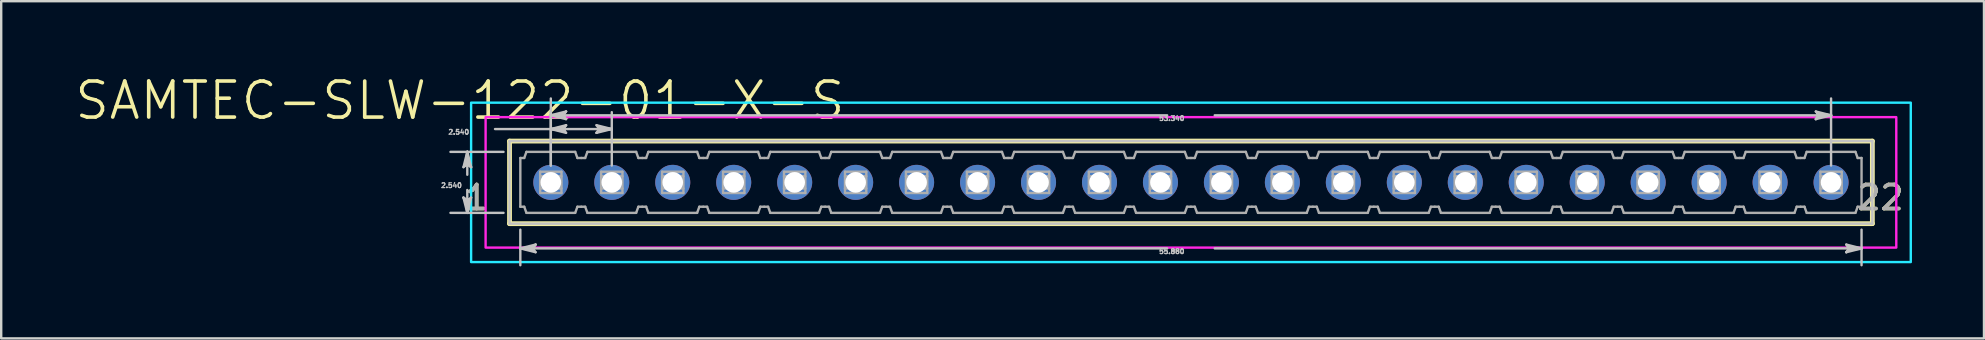
<source format=kicad_pcb>
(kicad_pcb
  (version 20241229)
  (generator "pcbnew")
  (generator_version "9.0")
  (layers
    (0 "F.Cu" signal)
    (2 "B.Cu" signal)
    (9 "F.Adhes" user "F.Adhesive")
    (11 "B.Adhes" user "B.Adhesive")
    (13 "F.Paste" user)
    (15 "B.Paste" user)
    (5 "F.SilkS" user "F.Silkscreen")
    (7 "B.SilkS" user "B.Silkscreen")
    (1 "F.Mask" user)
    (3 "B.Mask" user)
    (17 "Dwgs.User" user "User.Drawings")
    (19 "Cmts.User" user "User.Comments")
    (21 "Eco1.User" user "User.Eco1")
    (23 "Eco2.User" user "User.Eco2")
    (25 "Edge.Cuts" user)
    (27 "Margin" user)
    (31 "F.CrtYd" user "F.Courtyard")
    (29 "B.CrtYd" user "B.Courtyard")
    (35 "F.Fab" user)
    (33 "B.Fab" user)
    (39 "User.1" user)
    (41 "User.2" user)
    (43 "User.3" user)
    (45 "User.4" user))
  (footprint "SAMTEC-SLW-122-01-X-S"
    (layer "F.Cu")
    (at 46.569 4.548)
    (property "Reference" "SAMTEC-SLW-122-01-X-S" (at -30.459 -3.408 0) (layer "F.SilkS") (effects (font (size 1.5 1.5) (thickness 0.15))))
    (attr through_hole)
    (fp_circle (center -26.67 0) (end -25.889 0) (stroke (width 0) (type solid)) (fill yes) (layer "F.Mask"))
    (fp_circle (center -24.13 0) (end -23.349 0) (stroke (width 0) (type solid)) (fill yes) (layer "F.Mask"))
    (fp_circle (center -21.59 0) (end -20.809 0) (stroke (width 0) (type solid)) (fill yes) (layer "F.Mask"))
    (fp_circle (center -19.05 0) (end -18.269 0) (stroke (width 0) (type solid)) (fill yes) (layer "F.Mask"))
    (fp_circle (center -16.51 0) (end -15.729 0) (stroke (width 0) (type solid)) (fill yes) (layer "F.Mask"))
    (fp_circle (center -13.97 0) (end -13.189 0) (stroke (width 0) (type solid)) (fill yes) (layer "F.Mask"))
    (fp_circle (center -11.43 0) (end -10.649 0) (stroke (width 0) (type solid)) (fill yes) (layer "F.Mask"))
    (fp_circle (center -8.89 0) (end -8.109 0) (stroke (width 0) (type solid)) (fill yes) (layer "F.Mask"))
    (fp_circle (center -6.35 0) (end -5.569 0) (stroke (width 0) (type solid)) (fill yes) (layer "F.Mask"))
    (fp_circle (center -3.81 0) (end -3.029 0) (stroke (width 0) (type solid)) (fill yes) (layer "F.Mask"))
    (fp_circle (center -1.27 0) (end -0.489 0) (stroke (width 0) (type solid)) (fill yes) (layer "F.Mask"))
    (fp_circle (center 1.27 0) (end 2.051 0) (stroke (width 0) (type solid)) (fill yes) (layer "F.Mask"))
    (fp_circle (center 3.81 0) (end 4.591 0) (stroke (width 0) (type solid)) (fill yes) (layer "F.Mask"))
    (fp_circle (center 6.35 0) (end 7.131 0) (stroke (width 0) (type solid)) (fill yes) (layer "F.Mask"))
    (fp_circle (center 8.89 0) (end 9.671 0) (stroke (width 0) (type solid)) (fill yes) (layer "F.Mask"))
    (fp_circle (center 11.43 0) (end 12.211 0) (stroke (width 0) (type solid)) (fill yes) (layer "F.Mask"))
    (fp_circle (center 13.97 0) (end 14.751 0) (stroke (width 0) (type solid)) (fill yes) (layer "F.Mask"))
    (fp_circle (center 16.51 0) (end 17.291 0) (stroke (width 0) (type solid)) (fill yes) (layer "F.Mask"))
    (fp_circle (center 19.05 0) (end 19.831 0) (stroke (width 0) (type solid)) (fill yes) (layer "F.Mask"))
    (fp_circle (center 21.59 0) (end 22.371 0) (stroke (width 0) (type solid)) (fill yes) (layer "F.Mask"))
    (fp_circle (center 24.13 0) (end 24.911 0) (stroke (width 0) (type solid)) (fill yes) (layer "F.Mask"))
    (fp_circle (center 26.67 0) (end 27.451 0) (stroke (width 0) (type solid)) (fill yes) (layer "F.Mask"))
    (fp_circle (center -26.67 0) (end -25.889 0) (stroke (width 0) (type solid)) (fill yes) (layer "B.Mask"))
    (fp_circle (center -24.13 0) (end -23.349 0) (stroke (width 0) (type solid)) (fill yes) (layer "B.Mask"))
    (fp_circle (center -21.59 0) (end -20.809 0) (stroke (width 0) (type solid)) (fill yes) (layer "B.Mask"))
    (fp_circle (center -19.05 0) (end -18.269 0) (stroke (width 0) (type solid)) (fill yes) (layer "B.Mask"))
    (fp_circle (center -16.51 0) (end -15.729 0) (stroke (width 0) (type solid)) (fill yes) (layer "B.Mask"))
    (fp_circle (center -13.97 0) (end -13.189 0) (stroke (width 0) (type solid)) (fill yes) (layer "B.Mask"))
    (fp_circle (center -11.43 0) (end -10.649 0) (stroke (width 0) (type solid)) (fill yes) (layer "B.Mask"))
    (fp_circle (center -8.89 0) (end -8.109 0) (stroke (width 0) (type solid)) (fill yes) (layer "B.Mask"))
    (fp_circle (center -6.35 0) (end -5.569 0) (stroke (width 0) (type solid)) (fill yes) (layer "B.Mask"))
    (fp_circle (center -3.81 0) (end -3.029 0) (stroke (width 0) (type solid)) (fill yes) (layer "B.Mask"))
    (fp_circle (center -1.27 0) (end -0.489 0) (stroke (width 0) (type solid)) (fill yes) (layer "B.Mask"))
    (fp_circle (center 1.27 0) (end 2.051 0) (stroke (width 0) (type solid)) (fill yes) (layer "B.Mask"))
    (fp_circle (center 3.81 0) (end 4.591 0) (stroke (width 0) (type solid)) (fill yes) (layer "B.Mask"))
    (fp_circle (center 6.35 0) (end 7.131 0) (stroke (width 0) (type solid)) (fill yes) (layer "B.Mask"))
    (fp_circle (center 8.89 0) (end 9.671 0) (stroke (width 0) (type solid)) (fill yes) (layer "B.Mask"))
    (fp_circle (center 11.43 0) (end 12.211 0) (stroke (width 0) (type solid)) (fill yes) (layer "B.Mask"))
    (fp_circle (center 13.97 0) (end 14.751 0) (stroke (width 0) (type solid)) (fill yes) (layer "B.Mask"))
    (fp_circle (center 16.51 0) (end 17.291 0) (stroke (width 0) (type solid)) (fill yes) (layer "B.Mask"))
    (fp_circle (center 19.05 0) (end 19.831 0) (stroke (width 0) (type solid)) (fill yes) (layer "B.Mask"))
    (fp_circle (center 21.59 0) (end 22.371 0) (stroke (width 0) (type solid)) (fill yes) (layer "B.Mask"))
    (fp_circle (center 24.13 0) (end 24.911 0) (stroke (width 0) (type solid)) (fill yes) (layer "B.Mask"))
    (fp_circle (center 26.67 0) (end 27.451 0) (stroke (width 0) (type solid)) (fill yes) (layer "B.Mask"))
    (fp_line (start -28.39 -1.72) (end -28.39 1.72) (stroke (width 0.2) (type solid)) (layer "F.SilkS"))
    (fp_line (start -28.39 1.72) (end 28.39 1.72) (stroke (width 0.2) (type solid)) (layer "F.SilkS"))
    (fp_line (start 28.39 -1.72) (end -28.39 -1.72) (stroke (width 0.2) (type solid)) (layer "F.SilkS"))
    (fp_line (start 28.39 1.72) (end 28.39 -1.72) (stroke (width 0.2) (type solid)) (layer "F.SilkS"))
    (fp_line (start -30.309 -0.635) (end -30.15 -0.762) (stroke (width 0.1) (type solid)) (layer "Dwgs.User"))
    (fp_line (start -30.309 0.635) (end -30.15 1.27) (stroke (width 0.1) (type solid)) (layer "Dwgs.User"))
    (fp_line (start -30.229 -0.698) (end -30.15 -0.762) (stroke (width 0.1) (type solid)) (layer "Dwgs.User"))
    (fp_line (start -30.229 0.698) (end -30.309 0.635) (stroke (width 0.1) (type solid)) (layer "Dwgs.User"))
    (fp_line (start -30.15 -1.27) (end -30.309 -0.635) (stroke (width 0.1) (type solid)) (layer "Dwgs.User"))
    (fp_line (start -30.15 -1.27) (end -30.229 -0.698) (stroke (width 0.1) (type solid)) (layer "Dwgs.User"))
    (fp_line (start -30.15 -1.27) (end -30.07 -0.698) (stroke (width 0.1) (type solid)) (layer "Dwgs.User"))
    (fp_line (start -30.15 -0.762) (end -30.15 -1.27) (stroke (width 0.1) (type solid)) (layer "Dwgs.User"))
    (fp_line (start -30.15 -0.762) (end -29.991 -0.635) (stroke (width 0.1) (type solid)) (layer "Dwgs.User"))
    (fp_line (start -30.15 -0.318) (end -30.15 -1.27) (stroke (width 0.1) (type solid)) (layer "Dwgs.User"))
    (fp_line (start -30.15 0.318) (end -30.15 1.27) (stroke (width 0.1) (type solid)) (layer "Dwgs.User"))
    (fp_line (start -30.15 0.762) (end -30.309 0.635) (stroke (width 0.1) (type solid)) (layer "Dwgs.User"))
    (fp_line (start -30.15 0.762) (end -30.15 1.27) (stroke (width 0.1) (type solid)) (layer "Dwgs.User"))
    (fp_line (start -30.15 1.27) (end -30.229 0.698) (stroke (width 0.1) (type solid)) (layer "Dwgs.User"))
    (fp_line (start -30.15 1.27) (end -30.07 0.698) (stroke (width 0.1) (type solid)) (layer "Dwgs.User"))
    (fp_line (start -30.15 1.27) (end -29.991 0.635) (stroke (width 0.1) (type solid)) (layer "Dwgs.User"))
    (fp_line (start -30.07 -0.698) (end -29.991 -0.635) (stroke (width 0.1) (type solid)) (layer "Dwgs.User"))
    (fp_line (start -30.07 0.698) (end -30.15 0.762) (stroke (width 0.1) (type solid)) (layer "Dwgs.User"))
    (fp_line (start -29.991 -0.635) (end -30.15 -1.27) (stroke (width 0.1) (type solid)) (layer "Dwgs.User"))
    (fp_line (start -29.991 0.635) (end -30.15 0.762) (stroke (width 0.1) (type solid)) (layer "Dwgs.User"))
    (fp_line (start -28.994 -2.222) (end -26.67 -2.222) (stroke (width 0.1) (type solid)) (layer "Dwgs.User"))
    (fp_line (start -28.641 -1.27) (end -30.851 -1.27) (stroke (width 0.1) (type solid)) (layer "Dwgs.User"))
    (fp_line (start -28.641 1.27) (end -30.851 1.27) (stroke (width 0.1) (type solid)) (layer "Dwgs.User"))
    (fp_line (start -28.39 -1.72) (end -28.39 1.72) (stroke (width 0.1) (type solid)) (layer "Dwgs.User"))
    (fp_line (start -28.39 1.72) (end 28.39 1.72) (stroke (width 0.1) (type solid)) (layer "Dwgs.User"))
    (fp_line (start -27.94 1.971) (end -27.94 3.452) (stroke (width 0.1) (type solid)) (layer "Dwgs.User"))
    (fp_line (start -27.94 2.751) (end -27.368 2.671) (stroke (width 0.1) (type solid)) (layer "Dwgs.User"))
    (fp_line (start -27.94 2.751) (end -27.368 2.83) (stroke (width 0.1) (type solid)) (layer "Dwgs.User"))
    (fp_line (start -27.94 2.751) (end -27.305 2.91) (stroke (width 0.1) (type solid)) (layer "Dwgs.User"))
    (fp_line (start -27.432 2.751) (end -27.94 2.751) (stroke (width 0.1) (type solid)) (layer "Dwgs.User"))
    (fp_line (start -27.432 2.751) (end -27.305 2.592) (stroke (width 0.1) (type solid)) (layer "Dwgs.User"))
    (fp_line (start -27.368 2.671) (end -27.305 2.592) (stroke (width 0.1) (type solid)) (layer "Dwgs.User"))
    (fp_line (start -27.368 2.83) (end -27.432 2.751) (stroke (width 0.1) (type solid)) (layer "Dwgs.User"))
    (fp_line (start -27.305 2.592) (end -27.94 2.751) (stroke (width 0.1) (type solid)) (layer "Dwgs.User"))
    (fp_line (start -27.305 2.91) (end -27.432 2.751) (stroke (width 0.1) (type solid)) (layer "Dwgs.User"))
    (fp_line (start -26.67 -2.794) (end -26.098 -2.873) (stroke (width 0.1) (type solid)) (layer "Dwgs.User"))
    (fp_line (start -26.67 -2.794) (end -26.098 -2.715) (stroke (width 0.1) (type solid)) (layer "Dwgs.User"))
    (fp_line (start -26.67 -2.794) (end -26.035 -2.635) (stroke (width 0.1) (type solid)) (layer "Dwgs.User"))
    (fp_line (start -26.67 -2.222) (end -26.098 -2.302) (stroke (width 0.1) (type solid)) (layer "Dwgs.User"))
    (fp_line (start -26.67 -2.222) (end -26.098 -2.143) (stroke (width 0.1) (type solid)) (layer "Dwgs.User"))
    (fp_line (start -26.67 -2.222) (end -26.035 -2.064) (stroke (width 0.1) (type solid)) (layer "Dwgs.User"))
    (fp_line (start -26.67 -2.222) (end -24.13 -2.222) (stroke (width 0.1) (type solid)) (layer "Dwgs.User"))
    (fp_line (start -26.67 -0.701) (end -26.67 -3.495) (stroke (width 0.1) (type solid)) (layer "Dwgs.User"))
    (fp_line (start -26.67 -0.701) (end -26.67 -2.924) (stroke (width 0.1) (type solid)) (layer "Dwgs.User"))
    (fp_line (start -26.162 -2.794) (end -26.67 -2.794) (stroke (width 0.1) (type solid)) (layer "Dwgs.User"))
    (fp_line (start -26.162 -2.794) (end -26.035 -2.953) (stroke (width 0.1) (type solid)) (layer "Dwgs.User"))
    (fp_line (start -26.162 -2.222) (end -26.67 -2.222) (stroke (width 0.1) (type solid)) (layer "Dwgs.User"))
    (fp_line (start -26.162 -2.222) (end -26.035 -2.381) (stroke (width 0.1) (type solid)) (layer "Dwgs.User"))
    (fp_line (start -26.098 -2.873) (end -26.035 -2.953) (stroke (width 0.1) (type solid)) (layer "Dwgs.User"))
    (fp_line (start -26.098 -2.715) (end -26.162 -2.794) (stroke (width 0.1) (type solid)) (layer "Dwgs.User"))
    (fp_line (start -26.098 -2.302) (end -26.035 -2.381) (stroke (width 0.1) (type solid)) (layer "Dwgs.User"))
    (fp_line (start -26.098 -2.143) (end -26.162 -2.222) (stroke (width 0.1) (type solid)) (layer "Dwgs.User"))
    (fp_line (start -26.035 -2.953) (end -26.67 -2.794) (stroke (width 0.1) (type solid)) (layer "Dwgs.User"))
    (fp_line (start -26.035 -2.635) (end -26.162 -2.794) (stroke (width 0.1) (type solid)) (layer "Dwgs.User"))
    (fp_line (start -26.035 -2.381) (end -26.67 -2.222) (stroke (width 0.1) (type solid)) (layer "Dwgs.User"))
    (fp_line (start -26.035 -2.064) (end -26.162 -2.222) (stroke (width 0.1) (type solid)) (layer "Dwgs.User"))
    (fp_line (start -24.765 -2.381) (end -24.638 -2.222) (stroke (width 0.1) (type solid)) (layer "Dwgs.User"))
    (fp_line (start -24.765 -2.064) (end -24.13 -2.222) (stroke (width 0.1) (type solid)) (layer "Dwgs.User"))
    (fp_line (start -24.702 -2.302) (end -24.638 -2.222) (stroke (width 0.1) (type solid)) (layer "Dwgs.User"))
    (fp_line (start -24.702 -2.143) (end -24.765 -2.064) (stroke (width 0.1) (type solid)) (layer "Dwgs.User"))
    (fp_line (start -24.638 -2.222) (end -24.765 -2.064) (stroke (width 0.1) (type solid)) (layer "Dwgs.User"))
    (fp_line (start -24.638 -2.222) (end -24.13 -2.222) (stroke (width 0.1) (type solid)) (layer "Dwgs.User"))
    (fp_line (start -24.13 -2.222) (end -24.765 -2.381) (stroke (width 0.1) (type solid)) (layer "Dwgs.User"))
    (fp_line (start -24.13 -2.222) (end -24.702 -2.302) (stroke (width 0.1) (type solid)) (layer "Dwgs.User"))
    (fp_line (start -24.13 -2.222) (end -24.702 -2.143) (stroke (width 0.1) (type solid)) (layer "Dwgs.User"))
    (fp_line (start -24.13 -0.701) (end -24.13 -2.924) (stroke (width 0.1) (type solid)) (layer "Dwgs.User"))
    (fp_line (start -0.991 -2.794) (end -26.67 -2.794) (stroke (width 0.1) (type solid)) (layer "Dwgs.User"))
    (fp_line (start -0.991 2.751) (end -27.94 2.751) (stroke (width 0.1) (type solid)) (layer "Dwgs.User"))
    (fp_line (start 0.991 -2.794) (end 26.67 -2.794) (stroke (width 0.1) (type solid)) (layer "Dwgs.User"))
    (fp_line (start 0.991 2.751) (end 27.94 2.751) (stroke (width 0.1) (type solid)) (layer "Dwgs.User"))
    (fp_line (start 26.035 -2.953) (end 26.162 -2.794) (stroke (width 0.1) (type solid)) (layer "Dwgs.User"))
    (fp_line (start 26.035 -2.635) (end 26.67 -2.794) (stroke (width 0.1) (type solid)) (layer "Dwgs.User"))
    (fp_line (start 26.098 -2.873) (end 26.162 -2.794) (stroke (width 0.1) (type solid)) (layer "Dwgs.User"))
    (fp_line (start 26.098 -2.715) (end 26.035 -2.635) (stroke (width 0.1) (type solid)) (layer "Dwgs.User"))
    (fp_line (start 26.162 -2.794) (end 26.035 -2.635) (stroke (width 0.1) (type solid)) (layer "Dwgs.User"))
    (fp_line (start 26.162 -2.794) (end 26.67 -2.794) (stroke (width 0.1) (type solid)) (layer "Dwgs.User"))
    (fp_line (start 26.67 -2.794) (end 26.035 -2.953) (stroke (width 0.1) (type solid)) (layer "Dwgs.User"))
    (fp_line (start 26.67 -2.794) (end 26.098 -2.873) (stroke (width 0.1) (type solid)) (layer "Dwgs.User"))
    (fp_line (start 26.67 -2.794) (end 26.098 -2.715) (stroke (width 0.1) (type solid)) (layer "Dwgs.User"))
    (fp_line (start 26.67 -0.701) (end 26.67 -3.495) (stroke (width 0.1) (type solid)) (layer "Dwgs.User"))
    (fp_line (start 27.305 2.592) (end 27.432 2.751) (stroke (width 0.1) (type solid)) (layer "Dwgs.User"))
    (fp_line (start 27.305 2.91) (end 27.94 2.751) (stroke (width 0.1) (type solid)) (layer "Dwgs.User"))
    (fp_line (start 27.368 2.671) (end 27.432 2.751) (stroke (width 0.1) (type solid)) (layer "Dwgs.User"))
    (fp_line (start 27.368 2.83) (end 27.305 2.91) (stroke (width 0.1) (type solid)) (layer "Dwgs.User"))
    (fp_line (start 27.432 2.751) (end 27.305 2.91) (stroke (width 0.1) (type solid)) (layer "Dwgs.User"))
    (fp_line (start 27.432 2.751) (end 27.94 2.751) (stroke (width 0.1) (type solid)) (layer "Dwgs.User"))
    (fp_line (start 27.94 1.971) (end 27.94 3.452) (stroke (width 0.1) (type solid)) (layer "Dwgs.User"))
    (fp_line (start 27.94 2.751) (end 27.305 2.592) (stroke (width 0.1) (type solid)) (layer "Dwgs.User"))
    (fp_line (start 27.94 2.751) (end 27.368 2.671) (stroke (width 0.1) (type solid)) (layer "Dwgs.User"))
    (fp_line (start 27.94 2.751) (end 27.368 2.83) (stroke (width 0.1) (type solid)) (layer "Dwgs.User"))
    (fp_line (start 28.39 -1.72) (end -28.39 -1.72) (stroke (width 0.1) (type solid)) (layer "Dwgs.User"))
    (fp_line (start 28.39 1.72) (end 28.39 -1.72) (stroke (width 0.1) (type solid)) (layer "Dwgs.User"))
    (fp_poly (pts (xy -29.991 3.321) (xy -29.991 -3.321) (xy 29.991 -3.321) (xy 29.991 3.321) (xy -29.991 3.321)) (stroke (width 0.1) (type solid)) (fill no) (layer "B.CrtYd"))
    (fp_poly (pts (xy 29.387 -2.717) (xy -29.387 -2.717) (xy -29.387 2.717) (xy 29.387 2.717) (xy 29.387 -2.717)) (stroke (width 0.1) (type solid)) (fill no) (layer "F.CrtYd"))
    (fp_line (start -27.94 -1.016) (end -27.94 1.016) (stroke (width 0.1) (type solid)) (layer "F.Fab"))
    (fp_line (start -27.94 1.016) (end -27.778 1.016) (stroke (width 0.1) (type solid)) (layer "F.Fab"))
    (fp_line (start -27.778 -1.016) (end -27.94 -1.016) (stroke (width 0.1) (type solid)) (layer "F.Fab"))
    (fp_line (start -27.778 1.016) (end -27.686 1.27) (stroke (width 0.1) (type solid)) (layer "F.Fab"))
    (fp_line (start -27.686 -1.27) (end -27.778 -1.016) (stroke (width 0.1) (type solid)) (layer "F.Fab"))
    (fp_line (start -27.686 1.27) (end -25.654 1.27) (stroke (width 0.1) (type solid)) (layer "F.Fab"))
    (fp_line (start -27.114 -0.444) (end -27.114 0.444) (stroke (width 0.1) (type solid)) (layer "F.Fab"))
    (fp_line (start -27.114 -0.254) (end -26.226 -0.254) (stroke (width 0.1) (type solid)) (layer "F.Fab"))
    (fp_line (start -27.114 0.444) (end -26.226 0.444) (stroke (width 0.1) (type solid)) (layer "F.Fab"))
    (fp_line (start -26.226 -0.444) (end -27.114 -0.444) (stroke (width 0.1) (type solid)) (layer "F.Fab"))
    (fp_line (start -26.226 0.254) (end -27.114 0.254) (stroke (width 0.1) (type solid)) (layer "F.Fab"))
    (fp_line (start -26.226 0.444) (end -26.226 -0.444) (stroke (width 0.1) (type solid)) (layer "F.Fab"))
    (fp_line (start -25.654 -1.27) (end -27.686 -1.27) (stroke (width 0.1) (type solid)) (layer "F.Fab"))
    (fp_line (start -25.654 1.27) (end -25.562 1.016) (stroke (width 0.1) (type solid)) (layer "F.Fab"))
    (fp_line (start -25.562 -1.016) (end -25.654 -1.27) (stroke (width 0.1) (type solid)) (layer "F.Fab"))
    (fp_line (start -25.562 1.016) (end -25.4 1.016) (stroke (width 0.1) (type solid)) (layer "F.Fab"))
    (fp_line (start -25.4 -1.016) (end -25.562 -1.016) (stroke (width 0.1) (type solid)) (layer "F.Fab"))
    (fp_line (start -25.4 1.016) (end -25.238 1.016) (stroke (width 0.1) (type solid)) (layer "F.Fab"))
    (fp_line (start -25.238 -1.016) (end -25.4 -1.016) (stroke (width 0.1) (type solid)) (layer "F.Fab"))
    (fp_line (start -25.238 1.016) (end -25.146 1.27) (stroke (width 0.1) (type solid)) (layer "F.Fab"))
    (fp_line (start -25.146 -1.27) (end -25.238 -1.016) (stroke (width 0.1) (type solid)) (layer "F.Fab"))
    (fp_line (start -25.146 1.27) (end -23.114 1.27) (stroke (width 0.1) (type solid)) (layer "F.Fab"))
    (fp_line (start -24.574 -0.444) (end -24.574 0.444) (stroke (width 0.1) (type solid)) (layer "F.Fab"))
    (fp_line (start -24.574 -0.254) (end -23.686 -0.254) (stroke (width 0.1) (type solid)) (layer "F.Fab"))
    (fp_line (start -24.574 0.444) (end -23.686 0.444) (stroke (width 0.1) (type solid)) (layer "F.Fab"))
    (fp_line (start -23.686 -0.444) (end -24.574 -0.444) (stroke (width 0.1) (type solid)) (layer "F.Fab"))
    (fp_line (start -23.686 0.254) (end -24.574 0.254) (stroke (width 0.1) (type solid)) (layer "F.Fab"))
    (fp_line (start -23.686 0.444) (end -23.686 -0.444) (stroke (width 0.1) (type solid)) (layer "F.Fab"))
    (fp_line (start -23.114 -1.27) (end -25.146 -1.27) (stroke (width 0.1) (type solid)) (layer "F.Fab"))
    (fp_line (start -23.114 1.27) (end -23.022 1.016) (stroke (width 0.1) (type solid)) (layer "F.Fab"))
    (fp_line (start -23.022 -1.016) (end -23.114 -1.27) (stroke (width 0.1) (type solid)) (layer "F.Fab"))
    (fp_line (start -23.022 1.016) (end -22.86 1.016) (stroke (width 0.1) (type solid)) (layer "F.Fab"))
    (fp_line (start -22.86 -1.016) (end -23.022 -1.016) (stroke (width 0.1) (type solid)) (layer "F.Fab"))
    (fp_line (start -22.86 1.016) (end -22.698 1.016) (stroke (width 0.1) (type solid)) (layer "F.Fab"))
    (fp_line (start -22.698 -1.016) (end -22.86 -1.016) (stroke (width 0.1) (type solid)) (layer "F.Fab"))
    (fp_line (start -22.698 1.016) (end -22.606 1.27) (stroke (width 0.1) (type solid)) (layer "F.Fab"))
    (fp_line (start -22.606 -1.27) (end -22.698 -1.016) (stroke (width 0.1) (type solid)) (layer "F.Fab"))
    (fp_line (start -22.606 1.27) (end -20.574 1.27) (stroke (width 0.1) (type solid)) (layer "F.Fab"))
    (fp_line (start -22.034 -0.444) (end -22.034 0.444) (stroke (width 0.1) (type solid)) (layer "F.Fab"))
    (fp_line (start -22.034 -0.254) (end -21.146 -0.254) (stroke (width 0.1) (type solid)) (layer "F.Fab"))
    (fp_line (start -22.034 0.444) (end -21.146 0.444) (stroke (width 0.1) (type solid)) (layer "F.Fab"))
    (fp_line (start -21.146 -0.444) (end -22.034 -0.444) (stroke (width 0.1) (type solid)) (layer "F.Fab"))
    (fp_line (start -21.146 0.254) (end -22.034 0.254) (stroke (width 0.1) (type solid)) (layer "F.Fab"))
    (fp_line (start -21.146 0.444) (end -21.146 -0.444) (stroke (width 0.1) (type solid)) (layer "F.Fab"))
    (fp_line (start -20.574 -1.27) (end -22.606 -1.27) (stroke (width 0.1) (type solid)) (layer "F.Fab"))
    (fp_line (start -20.574 1.27) (end -20.482 1.016) (stroke (width 0.1) (type solid)) (layer "F.Fab"))
    (fp_line (start -20.482 -1.016) (end -20.574 -1.27) (stroke (width 0.1) (type solid)) (layer "F.Fab"))
    (fp_line (start -20.482 1.016) (end -20.32 1.016) (stroke (width 0.1) (type solid)) (layer "F.Fab"))
    (fp_line (start -20.32 -1.016) (end -20.482 -1.016) (stroke (width 0.1) (type solid)) (layer "F.Fab"))
    (fp_line (start -20.32 1.016) (end -20.158 1.016) (stroke (width 0.1) (type solid)) (layer "F.Fab"))
    (fp_line (start -20.158 -1.016) (end -20.32 -1.016) (stroke (width 0.1) (type solid)) (layer "F.Fab"))
    (fp_line (start -20.158 1.016) (end -20.066 1.27) (stroke (width 0.1) (type solid)) (layer "F.Fab"))
    (fp_line (start -20.066 -1.27) (end -20.158 -1.016) (stroke (width 0.1) (type solid)) (layer "F.Fab"))
    (fp_line (start -20.066 1.27) (end -18.034 1.27) (stroke (width 0.1) (type solid)) (layer "F.Fab"))
    (fp_line (start -19.494 -0.444) (end -19.494 0.444) (stroke (width 0.1) (type solid)) (layer "F.Fab"))
    (fp_line (start -19.494 -0.254) (end -18.606 -0.254) (stroke (width 0.1) (type solid)) (layer "F.Fab"))
    (fp_line (start -19.494 0.444) (end -18.606 0.444) (stroke (width 0.1) (type solid)) (layer "F.Fab"))
    (fp_line (start -18.606 -0.444) (end -19.494 -0.444) (stroke (width 0.1) (type solid)) (layer "F.Fab"))
    (fp_line (start -18.606 0.254) (end -19.494 0.254) (stroke (width 0.1) (type solid)) (layer "F.Fab"))
    (fp_line (start -18.606 0.444) (end -18.606 -0.444) (stroke (width 0.1) (type solid)) (layer "F.Fab"))
    (fp_line (start -18.034 -1.27) (end -20.066 -1.27) (stroke (width 0.1) (type solid)) (layer "F.Fab"))
    (fp_line (start -18.034 1.27) (end -17.942 1.016) (stroke (width 0.1) (type solid)) (layer "F.Fab"))
    (fp_line (start -17.942 -1.016) (end -18.034 -1.27) (stroke (width 0.1) (type solid)) (layer "F.Fab"))
    (fp_line (start -17.942 1.016) (end -17.78 1.016) (stroke (width 0.1) (type solid)) (layer "F.Fab"))
    (fp_line (start -17.78 -1.016) (end -17.942 -1.016) (stroke (width 0.1) (type solid)) (layer "F.Fab"))
    (fp_line (start -17.78 1.016) (end -17.618 1.016) (stroke (width 0.1) (type solid)) (layer "F.Fab"))
    (fp_line (start -17.618 -1.016) (end -17.78 -1.016) (stroke (width 0.1) (type solid)) (layer "F.Fab"))
    (fp_line (start -17.618 1.016) (end -17.526 1.27) (stroke (width 0.1) (type solid)) (layer "F.Fab"))
    (fp_line (start -17.526 -1.27) (end -17.618 -1.016) (stroke (width 0.1) (type solid)) (layer "F.Fab"))
    (fp_line (start -17.526 1.27) (end -15.494 1.27) (stroke (width 0.1) (type solid)) (layer "F.Fab"))
    (fp_line (start -16.954 -0.444) (end -16.954 0.444) (stroke (width 0.1) (type solid)) (layer "F.Fab"))
    (fp_line (start -16.954 -0.254) (end -16.066 -0.254) (stroke (width 0.1) (type solid)) (layer "F.Fab"))
    (fp_line (start -16.954 0.444) (end -16.066 0.444) (stroke (width 0.1) (type solid)) (layer "F.Fab"))
    (fp_line (start -16.066 -0.444) (end -16.954 -0.444) (stroke (width 0.1) (type solid)) (layer "F.Fab"))
    (fp_line (start -16.066 0.254) (end -16.954 0.254) (stroke (width 0.1) (type solid)) (layer "F.Fab"))
    (fp_line (start -16.066 0.444) (end -16.066 -0.444) (stroke (width 0.1) (type solid)) (layer "F.Fab"))
    (fp_line (start -15.494 -1.27) (end -17.526 -1.27) (stroke (width 0.1) (type solid)) (layer "F.Fab"))
    (fp_line (start -15.494 1.27) (end -15.402 1.016) (stroke (width 0.1) (type solid)) (layer "F.Fab"))
    (fp_line (start -15.402 -1.016) (end -15.494 -1.27) (stroke (width 0.1) (type solid)) (layer "F.Fab"))
    (fp_line (start -15.402 1.016) (end -15.24 1.016) (stroke (width 0.1) (type solid)) (layer "F.Fab"))
    (fp_line (start -15.24 -1.016) (end -15.402 -1.016) (stroke (width 0.1) (type solid)) (layer "F.Fab"))
    (fp_line (start -15.24 1.016) (end -15.078 1.016) (stroke (width 0.1) (type solid)) (layer "F.Fab"))
    (fp_line (start -15.078 -1.016) (end -15.24 -1.016) (stroke (width 0.1) (type solid)) (layer "F.Fab"))
    (fp_line (start -15.078 1.016) (end -14.986 1.27) (stroke (width 0.1) (type solid)) (layer "F.Fab"))
    (fp_line (start -14.986 -1.27) (end -15.078 -1.016) (stroke (width 0.1) (type solid)) (layer "F.Fab"))
    (fp_line (start -14.986 1.27) (end -12.954 1.27) (stroke (width 0.1) (type solid)) (layer "F.Fab"))
    (fp_line (start -14.414 -0.444) (end -14.414 0.444) (stroke (width 0.1) (type solid)) (layer "F.Fab"))
    (fp_line (start -14.414 -0.254) (end -13.526 -0.254) (stroke (width 0.1) (type solid)) (layer "F.Fab"))
    (fp_line (start -14.414 0.444) (end -13.526 0.444) (stroke (width 0.1) (type solid)) (layer "F.Fab"))
    (fp_line (start -13.526 -0.444) (end -14.414 -0.444) (stroke (width 0.1) (type solid)) (layer "F.Fab"))
    (fp_line (start -13.526 0.254) (end -14.414 0.254) (stroke (width 0.1) (type solid)) (layer "F.Fab"))
    (fp_line (start -13.526 0.444) (end -13.526 -0.444) (stroke (width 0.1) (type solid)) (layer "F.Fab"))
    (fp_line (start -12.954 -1.27) (end -14.986 -1.27) (stroke (width 0.1) (type solid)) (layer "F.Fab"))
    (fp_line (start -12.954 1.27) (end -12.862 1.016) (stroke (width 0.1) (type solid)) (layer "F.Fab"))
    (fp_line (start -12.862 -1.016) (end -12.954 -1.27) (stroke (width 0.1) (type solid)) (layer "F.Fab"))
    (fp_line (start -12.862 1.016) (end -12.7 1.016) (stroke (width 0.1) (type solid)) (layer "F.Fab"))
    (fp_line (start -12.7 -1.016) (end -12.862 -1.016) (stroke (width 0.1) (type solid)) (layer "F.Fab"))
    (fp_line (start -12.7 1.016) (end -12.538 1.016) (stroke (width 0.1) (type solid)) (layer "F.Fab"))
    (fp_line (start -12.538 -1.016) (end -12.7 -1.016) (stroke (width 0.1) (type solid)) (layer "F.Fab"))
    (fp_line (start -12.538 1.016) (end -12.446 1.27) (stroke (width 0.1) (type solid)) (layer "F.Fab"))
    (fp_line (start -12.446 -1.27) (end -12.538 -1.016) (stroke (width 0.1) (type solid)) (layer "F.Fab"))
    (fp_line (start -12.446 1.27) (end -10.414 1.27) (stroke (width 0.1) (type solid)) (layer "F.Fab"))
    (fp_line (start -11.874 -0.444) (end -11.874 0.444) (stroke (width 0.1) (type solid)) (layer "F.Fab"))
    (fp_line (start -11.874 -0.254) (end -10.986 -0.254) (stroke (width 0.1) (type solid)) (layer "F.Fab"))
    (fp_line (start -11.874 0.444) (end -10.986 0.444) (stroke (width 0.1) (type solid)) (layer "F.Fab"))
    (fp_line (start -10.986 -0.444) (end -11.874 -0.444) (stroke (width 0.1) (type solid)) (layer "F.Fab"))
    (fp_line (start -10.986 0.254) (end -11.874 0.254) (stroke (width 0.1) (type solid)) (layer "F.Fab"))
    (fp_line (start -10.986 0.444) (end -10.986 -0.444) (stroke (width 0.1) (type solid)) (layer "F.Fab"))
    (fp_line (start -10.414 -1.27) (end -12.446 -1.27) (stroke (width 0.1) (type solid)) (layer "F.Fab"))
    (fp_line (start -10.414 1.27) (end -10.322 1.016) (stroke (width 0.1) (type solid)) (layer "F.Fab"))
    (fp_line (start -10.322 -1.016) (end -10.414 -1.27) (stroke (width 0.1) (type solid)) (layer "F.Fab"))
    (fp_line (start -10.322 1.016) (end -10.16 1.016) (stroke (width 0.1) (type solid)) (layer "F.Fab"))
    (fp_line (start -10.16 -1.016) (end -10.322 -1.016) (stroke (width 0.1) (type solid)) (layer "F.Fab"))
    (fp_line (start -10.16 1.016) (end -9.998 1.016) (stroke (width 0.1) (type solid)) (layer "F.Fab"))
    (fp_line (start -9.998 -1.016) (end -10.16 -1.016) (stroke (width 0.1) (type solid)) (layer "F.Fab"))
    (fp_line (start -9.998 1.016) (end -9.906 1.27) (stroke (width 0.1) (type solid)) (layer "F.Fab"))
    (fp_line (start -9.906 -1.27) (end -9.998 -1.016) (stroke (width 0.1) (type solid)) (layer "F.Fab"))
    (fp_line (start -9.906 1.27) (end -7.874 1.27) (stroke (width 0.1) (type solid)) (layer "F.Fab"))
    (fp_line (start -9.334 -0.444) (end -9.334 0.444) (stroke (width 0.1) (type solid)) (layer "F.Fab"))
    (fp_line (start -9.334 -0.254) (end -8.446 -0.254) (stroke (width 0.1) (type solid)) (layer "F.Fab"))
    (fp_line (start -9.334 0.444) (end -8.446 0.444) (stroke (width 0.1) (type solid)) (layer "F.Fab"))
    (fp_line (start -8.446 -0.444) (end -9.334 -0.444) (stroke (width 0.1) (type solid)) (layer "F.Fab"))
    (fp_line (start -8.446 0.254) (end -9.334 0.254) (stroke (width 0.1) (type solid)) (layer "F.Fab"))
    (fp_line (start -8.446 0.444) (end -8.446 -0.444) (stroke (width 0.1) (type solid)) (layer "F.Fab"))
    (fp_line (start -7.874 -1.27) (end -9.906 -1.27) (stroke (width 0.1) (type solid)) (layer "F.Fab"))
    (fp_line (start -7.874 1.27) (end -7.782 1.016) (stroke (width 0.1) (type solid)) (layer "F.Fab"))
    (fp_line (start -7.782 -1.016) (end -7.874 -1.27) (stroke (width 0.1) (type solid)) (layer "F.Fab"))
    (fp_line (start -7.782 1.016) (end -7.62 1.016) (stroke (width 0.1) (type solid)) (layer "F.Fab"))
    (fp_line (start -7.62 -1.016) (end -7.782 -1.016) (stroke (width 0.1) (type solid)) (layer "F.Fab"))
    (fp_line (start -7.62 1.016) (end -7.458 1.016) (stroke (width 0.1) (type solid)) (layer "F.Fab"))
    (fp_line (start -7.458 -1.016) (end -7.62 -1.016) (stroke (width 0.1) (type solid)) (layer "F.Fab"))
    (fp_line (start -7.458 1.016) (end -7.366 1.27) (stroke (width 0.1) (type solid)) (layer "F.Fab"))
    (fp_line (start -7.366 -1.27) (end -7.458 -1.016) (stroke (width 0.1) (type solid)) (layer "F.Fab"))
    (fp_line (start -7.366 1.27) (end -5.334 1.27) (stroke (width 0.1) (type solid)) (layer "F.Fab"))
    (fp_line (start -6.794 -0.444) (end -6.794 0.444) (stroke (width 0.1) (type solid)) (layer "F.Fab"))
    (fp_line (start -6.794 -0.254) (end -5.906 -0.254) (stroke (width 0.1) (type solid)) (layer "F.Fab"))
    (fp_line (start -6.794 0.444) (end -5.906 0.444) (stroke (width 0.1) (type solid)) (layer "F.Fab"))
    (fp_line (start -5.906 -0.444) (end -6.794 -0.444) (stroke (width 0.1) (type solid)) (layer "F.Fab"))
    (fp_line (start -5.906 0.254) (end -6.794 0.254) (stroke (width 0.1) (type solid)) (layer "F.Fab"))
    (fp_line (start -5.906 0.444) (end -5.906 -0.444) (stroke (width 0.1) (type solid)) (layer "F.Fab"))
    (fp_line (start -5.334 -1.27) (end -7.366 -1.27) (stroke (width 0.1) (type solid)) (layer "F.Fab"))
    (fp_line (start -5.334 1.27) (end -5.242 1.016) (stroke (width 0.1) (type solid)) (layer "F.Fab"))
    (fp_line (start -5.242 -1.016) (end -5.334 -1.27) (stroke (width 0.1) (type solid)) (layer "F.Fab"))
    (fp_line (start -5.242 1.016) (end -5.08 1.016) (stroke (width 0.1) (type solid)) (layer "F.Fab"))
    (fp_line (start -5.08 -1.016) (end -5.242 -1.016) (stroke (width 0.1) (type solid)) (layer "F.Fab"))
    (fp_line (start -5.08 1.016) (end -4.918 1.016) (stroke (width 0.1) (type solid)) (layer "F.Fab"))
    (fp_line (start -4.918 -1.016) (end -5.08 -1.016) (stroke (width 0.1) (type solid)) (layer "F.Fab"))
    (fp_line (start -4.918 1.016) (end -4.826 1.27) (stroke (width 0.1) (type solid)) (layer "F.Fab"))
    (fp_line (start -4.826 -1.27) (end -4.918 -1.016) (stroke (width 0.1) (type solid)) (layer "F.Fab"))
    (fp_line (start -4.826 1.27) (end -2.794 1.27) (stroke (width 0.1) (type solid)) (layer "F.Fab"))
    (fp_line (start -4.254 -0.444) (end -4.254 0.444) (stroke (width 0.1) (type solid)) (layer "F.Fab"))
    (fp_line (start -4.254 -0.254) (end -3.366 -0.254) (stroke (width 0.1) (type solid)) (layer "F.Fab"))
    (fp_line (start -4.254 0.444) (end -3.366 0.444) (stroke (width 0.1) (type solid)) (layer "F.Fab"))
    (fp_line (start -3.366 -0.444) (end -4.254 -0.444) (stroke (width 0.1) (type solid)) (layer "F.Fab"))
    (fp_line (start -3.366 0.254) (end -4.254 0.254) (stroke (width 0.1) (type solid)) (layer "F.Fab"))
    (fp_line (start -3.366 0.444) (end -3.366 -0.444) (stroke (width 0.1) (type solid)) (layer "F.Fab"))
    (fp_line (start -2.794 -1.27) (end -4.826 -1.27) (stroke (width 0.1) (type solid)) (layer "F.Fab"))
    (fp_line (start -2.794 1.27) (end -2.702 1.016) (stroke (width 0.1) (type solid)) (layer "F.Fab"))
    (fp_line (start -2.702 -1.016) (end -2.794 -1.27) (stroke (width 0.1) (type solid)) (layer "F.Fab"))
    (fp_line (start -2.702 1.016) (end -2.54 1.016) (stroke (width 0.1) (type solid)) (layer "F.Fab"))
    (fp_line (start -2.54 -1.016) (end -2.702 -1.016) (stroke (width 0.1) (type solid)) (layer "F.Fab"))
    (fp_line (start -2.54 1.016) (end -2.378 1.016) (stroke (width 0.1) (type solid)) (layer "F.Fab"))
    (fp_line (start -2.378 -1.016) (end -2.54 -1.016) (stroke (width 0.1) (type solid)) (layer "F.Fab"))
    (fp_line (start -2.378 1.016) (end -2.286 1.27) (stroke (width 0.1) (type solid)) (layer "F.Fab"))
    (fp_line (start -2.286 -1.27) (end -2.378 -1.016) (stroke (width 0.1) (type solid)) (layer "F.Fab"))
    (fp_line (start -2.286 1.27) (end -0.254 1.27) (stroke (width 0.1) (type solid)) (layer "F.Fab"))
    (fp_line (start -1.714 -0.444) (end -1.714 0.444) (stroke (width 0.1) (type solid)) (layer "F.Fab"))
    (fp_line (start -1.714 -0.254) (end -0.826 -0.254) (stroke (width 0.1) (type solid)) (layer "F.Fab"))
    (fp_line (start -1.714 0.444) (end -0.826 0.444) (stroke (width 0.1) (type solid)) (layer "F.Fab"))
    (fp_line (start -0.826 -0.444) (end -1.714 -0.444) (stroke (width 0.1) (type solid)) (layer "F.Fab"))
    (fp_line (start -0.826 0.254) (end -1.714 0.254) (stroke (width 0.1) (type solid)) (layer "F.Fab"))
    (fp_line (start -0.826 0.444) (end -0.826 -0.444) (stroke (width 0.1) (type solid)) (layer "F.Fab"))
    (fp_line (start -0.254 -1.27) (end -2.286 -1.27) (stroke (width 0.1) (type solid)) (layer "F.Fab"))
    (fp_line (start -0.254 1.27) (end -0.162 1.016) (stroke (width 0.1) (type solid)) (layer "F.Fab"))
    (fp_line (start -0.162 -1.016) (end -0.254 -1.27) (stroke (width 0.1) (type solid)) (layer "F.Fab"))
    (fp_line (start -0.162 1.016) (end 0 1.016) (stroke (width 0.1) (type solid)) (layer "F.Fab"))
    (fp_line (start 0 -1.016) (end -0.162 -1.016) (stroke (width 0.1) (type solid)) (layer "F.Fab"))
    (fp_line (start 0 1.016) (end 0.162 1.016) (stroke (width 0.1) (type solid)) (layer "F.Fab"))
    (fp_line (start 0.162 -1.016) (end 0 -1.016) (stroke (width 0.1) (type solid)) (layer "F.Fab"))
    (fp_line (start 0.162 1.016) (end 0.254 1.27) (stroke (width 0.1) (type solid)) (layer "F.Fab"))
    (fp_line (start 0.254 -1.27) (end 0.162 -1.016) (stroke (width 0.1) (type solid)) (layer "F.Fab"))
    (fp_line (start 0.254 1.27) (end 2.286 1.27) (stroke (width 0.1) (type solid)) (layer "F.Fab"))
    (fp_line (start 0.826 -0.444) (end 0.826 0.444) (stroke (width 0.1) (type solid)) (layer "F.Fab"))
    (fp_line (start 0.826 -0.254) (end 1.714 -0.254) (stroke (width 0.1) (type solid)) (layer "F.Fab"))
    (fp_line (start 0.826 0.444) (end 1.714 0.444) (stroke (width 0.1) (type solid)) (layer "F.Fab"))
    (fp_line (start 1.714 -0.444) (end 0.826 -0.444) (stroke (width 0.1) (type solid)) (layer "F.Fab"))
    (fp_line (start 1.714 0.254) (end 0.826 0.254) (stroke (width 0.1) (type solid)) (layer "F.Fab"))
    (fp_line (start 1.714 0.444) (end 1.714 -0.444) (stroke (width 0.1) (type solid)) (layer "F.Fab"))
    (fp_line (start 2.286 -1.27) (end 0.254 -1.27) (stroke (width 0.1) (type solid)) (layer "F.Fab"))
    (fp_line (start 2.286 1.27) (end 2.378 1.016) (stroke (width 0.1) (type solid)) (layer "F.Fab"))
    (fp_line (start 2.378 -1.016) (end 2.286 -1.27) (stroke (width 0.1) (type solid)) (layer "F.Fab"))
    (fp_line (start 2.378 1.016) (end 2.54 1.016) (stroke (width 0.1) (type solid)) (layer "F.Fab"))
    (fp_line (start 2.54 -1.016) (end 2.378 -1.016) (stroke (width 0.1) (type solid)) (layer "F.Fab"))
    (fp_line (start 2.54 1.016) (end 2.702 1.016) (stroke (width 0.1) (type solid)) (layer "F.Fab"))
    (fp_line (start 2.702 -1.016) (end 2.54 -1.016) (stroke (width 0.1) (type solid)) (layer "F.Fab"))
    (fp_line (start 2.702 1.016) (end 2.794 1.27) (stroke (width 0.1) (type solid)) (layer "F.Fab"))
    (fp_line (start 2.794 -1.27) (end 2.702 -1.016) (stroke (width 0.1) (type solid)) (layer "F.Fab"))
    (fp_line (start 2.794 1.27) (end 4.826 1.27) (stroke (width 0.1) (type solid)) (layer "F.Fab"))
    (fp_line (start 3.366 -0.444) (end 3.366 0.444) (stroke (width 0.1) (type solid)) (layer "F.Fab"))
    (fp_line (start 3.366 -0.254) (end 4.254 -0.254) (stroke (width 0.1) (type solid)) (layer "F.Fab"))
    (fp_line (start 3.366 0.444) (end 4.254 0.444) (stroke (width 0.1) (type solid)) (layer "F.Fab"))
    (fp_line (start 4.254 -0.444) (end 3.366 -0.444) (stroke (width 0.1) (type solid)) (layer "F.Fab"))
    (fp_line (start 4.254 0.254) (end 3.366 0.254) (stroke (width 0.1) (type solid)) (layer "F.Fab"))
    (fp_line (start 4.254 0.444) (end 4.254 -0.444) (stroke (width 0.1) (type solid)) (layer "F.Fab"))
    (fp_line (start 4.826 -1.27) (end 2.794 -1.27) (stroke (width 0.1) (type solid)) (layer "F.Fab"))
    (fp_line (start 4.826 1.27) (end 4.918 1.016) (stroke (width 0.1) (type solid)) (layer "F.Fab"))
    (fp_line (start 4.918 -1.016) (end 4.826 -1.27) (stroke (width 0.1) (type solid)) (layer "F.Fab"))
    (fp_line (start 4.918 1.016) (end 5.08 1.016) (stroke (width 0.1) (type solid)) (layer "F.Fab"))
    (fp_line (start 5.08 -1.016) (end 4.918 -1.016) (stroke (width 0.1) (type solid)) (layer "F.Fab"))
    (fp_line (start 5.08 1.016) (end 5.242 1.016) (stroke (width 0.1) (type solid)) (layer "F.Fab"))
    (fp_line (start 5.242 -1.016) (end 5.08 -1.016) (stroke (width 0.1) (type solid)) (layer "F.Fab"))
    (fp_line (start 5.242 1.016) (end 5.334 1.27) (stroke (width 0.1) (type solid)) (layer "F.Fab"))
    (fp_line (start 5.334 -1.27) (end 5.242 -1.016) (stroke (width 0.1) (type solid)) (layer "F.Fab"))
    (fp_line (start 5.334 1.27) (end 7.366 1.27) (stroke (width 0.1) (type solid)) (layer "F.Fab"))
    (fp_line (start 5.906 -0.444) (end 5.906 0.444) (stroke (width 0.1) (type solid)) (layer "F.Fab"))
    (fp_line (start 5.906 -0.254) (end 6.794 -0.254) (stroke (width 0.1) (type solid)) (layer "F.Fab"))
    (fp_line (start 5.906 0.444) (end 6.794 0.444) (stroke (width 0.1) (type solid)) (layer "F.Fab"))
    (fp_line (start 6.794 -0.444) (end 5.906 -0.444) (stroke (width 0.1) (type solid)) (layer "F.Fab"))
    (fp_line (start 6.794 0.254) (end 5.906 0.254) (stroke (width 0.1) (type solid)) (layer "F.Fab"))
    (fp_line (start 6.794 0.444) (end 6.794 -0.444) (stroke (width 0.1) (type solid)) (layer "F.Fab"))
    (fp_line (start 7.366 -1.27) (end 5.334 -1.27) (stroke (width 0.1) (type solid)) (layer "F.Fab"))
    (fp_line (start 7.366 1.27) (end 7.458 1.016) (stroke (width 0.1) (type solid)) (layer "F.Fab"))
    (fp_line (start 7.458 -1.016) (end 7.366 -1.27) (stroke (width 0.1) (type solid)) (layer "F.Fab"))
    (fp_line (start 7.458 1.016) (end 7.62 1.016) (stroke (width 0.1) (type solid)) (layer "F.Fab"))
    (fp_line (start 7.62 -1.016) (end 7.458 -1.016) (stroke (width 0.1) (type solid)) (layer "F.Fab"))
    (fp_line (start 7.62 1.016) (end 7.782 1.016) (stroke (width 0.1) (type solid)) (layer "F.Fab"))
    (fp_line (start 7.782 -1.016) (end 7.62 -1.016) (stroke (width 0.1) (type solid)) (layer "F.Fab"))
    (fp_line (start 7.782 1.016) (end 7.874 1.27) (stroke (width 0.1) (type solid)) (layer "F.Fab"))
    (fp_line (start 7.874 -1.27) (end 7.782 -1.016) (stroke (width 0.1) (type solid)) (layer "F.Fab"))
    (fp_line (start 7.874 1.27) (end 9.906 1.27) (stroke (width 0.1) (type solid)) (layer "F.Fab"))
    (fp_line (start 8.446 -0.444) (end 8.446 0.444) (stroke (width 0.1) (type solid)) (layer "F.Fab"))
    (fp_line (start 8.446 -0.254) (end 9.334 -0.254) (stroke (width 0.1) (type solid)) (layer "F.Fab"))
    (fp_line (start 8.446 0.444) (end 9.334 0.444) (stroke (width 0.1) (type solid)) (layer "F.Fab"))
    (fp_line (start 9.334 -0.444) (end 8.446 -0.444) (stroke (width 0.1) (type solid)) (layer "F.Fab"))
    (fp_line (start 9.334 0.254) (end 8.446 0.254) (stroke (width 0.1) (type solid)) (layer "F.Fab"))
    (fp_line (start 9.334 0.444) (end 9.334 -0.444) (stroke (width 0.1) (type solid)) (layer "F.Fab"))
    (fp_line (start 9.906 -1.27) (end 7.874 -1.27) (stroke (width 0.1) (type solid)) (layer "F.Fab"))
    (fp_line (start 9.906 1.27) (end 9.998 1.016) (stroke (width 0.1) (type solid)) (layer "F.Fab"))
    (fp_line (start 9.998 -1.016) (end 9.906 -1.27) (stroke (width 0.1) (type solid)) (layer "F.Fab"))
    (fp_line (start 9.998 1.016) (end 10.16 1.016) (stroke (width 0.1) (type solid)) (layer "F.Fab"))
    (fp_line (start 10.16 -1.016) (end 9.998 -1.016) (stroke (width 0.1) (type solid)) (layer "F.Fab"))
    (fp_line (start 10.16 1.016) (end 10.322 1.016) (stroke (width 0.1) (type solid)) (layer "F.Fab"))
    (fp_line (start 10.322 -1.016) (end 10.16 -1.016) (stroke (width 0.1) (type solid)) (layer "F.Fab"))
    (fp_line (start 10.322 1.016) (end 10.414 1.27) (stroke (width 0.1) (type solid)) (layer "F.Fab"))
    (fp_line (start 10.414 -1.27) (end 10.322 -1.016) (stroke (width 0.1) (type solid)) (layer "F.Fab"))
    (fp_line (start 10.414 1.27) (end 12.446 1.27) (stroke (width 0.1) (type solid)) (layer "F.Fab"))
    (fp_line (start 10.986 -0.444) (end 10.986 0.444) (stroke (width 0.1) (type solid)) (layer "F.Fab"))
    (fp_line (start 10.986 -0.254) (end 11.874 -0.254) (stroke (width 0.1) (type solid)) (layer "F.Fab"))
    (fp_line (start 10.986 0.444) (end 11.874 0.444) (stroke (width 0.1) (type solid)) (layer "F.Fab"))
    (fp_line (start 11.874 -0.444) (end 10.986 -0.444) (stroke (width 0.1) (type solid)) (layer "F.Fab"))
    (fp_line (start 11.874 0.254) (end 10.986 0.254) (stroke (width 0.1) (type solid)) (layer "F.Fab"))
    (fp_line (start 11.874 0.444) (end 11.874 -0.444) (stroke (width 0.1) (type solid)) (layer "F.Fab"))
    (fp_line (start 12.446 -1.27) (end 10.414 -1.27) (stroke (width 0.1) (type solid)) (layer "F.Fab"))
    (fp_line (start 12.446 1.27) (end 12.538 1.016) (stroke (width 0.1) (type solid)) (layer "F.Fab"))
    (fp_line (start 12.538 -1.016) (end 12.446 -1.27) (stroke (width 0.1) (type solid)) (layer "F.Fab"))
    (fp_line (start 12.538 1.016) (end 12.7 1.016) (stroke (width 0.1) (type solid)) (layer "F.Fab"))
    (fp_line (start 12.7 -1.016) (end 12.538 -1.016) (stroke (width 0.1) (type solid)) (layer "F.Fab"))
    (fp_line (start 12.7 1.016) (end 12.862 1.016) (stroke (width 0.1) (type solid)) (layer "F.Fab"))
    (fp_line (start 12.862 -1.016) (end 12.7 -1.016) (stroke (width 0.1) (type solid)) (layer "F.Fab"))
    (fp_line (start 12.862 1.016) (end 12.954 1.27) (stroke (width 0.1) (type solid)) (layer "F.Fab"))
    (fp_line (start 12.954 -1.27) (end 12.862 -1.016) (stroke (width 0.1) (type solid)) (layer "F.Fab"))
    (fp_line (start 12.954 1.27) (end 14.986 1.27) (stroke (width 0.1) (type solid)) (layer "F.Fab"))
    (fp_line (start 13.526 -0.444) (end 13.526 0.444) (stroke (width 0.1) (type solid)) (layer "F.Fab"))
    (fp_line (start 13.526 -0.254) (end 14.414 -0.254) (stroke (width 0.1) (type solid)) (layer "F.Fab"))
    (fp_line (start 13.526 0.444) (end 14.414 0.444) (stroke (width 0.1) (type solid)) (layer "F.Fab"))
    (fp_line (start 14.414 -0.444) (end 13.526 -0.444) (stroke (width 0.1) (type solid)) (layer "F.Fab"))
    (fp_line (start 14.414 0.254) (end 13.526 0.254) (stroke (width 0.1) (type solid)) (layer "F.Fab"))
    (fp_line (start 14.414 0.444) (end 14.414 -0.444) (stroke (width 0.1) (type solid)) (layer "F.Fab"))
    (fp_line (start 14.986 -1.27) (end 12.954 -1.27) (stroke (width 0.1) (type solid)) (layer "F.Fab"))
    (fp_line (start 14.986 1.27) (end 15.078 1.016) (stroke (width 0.1) (type solid)) (layer "F.Fab"))
    (fp_line (start 15.078 -1.016) (end 14.986 -1.27) (stroke (width 0.1) (type solid)) (layer "F.Fab"))
    (fp_line (start 15.078 1.016) (end 15.24 1.016) (stroke (width 0.1) (type solid)) (layer "F.Fab"))
    (fp_line (start 15.24 -1.016) (end 15.078 -1.016) (stroke (width 0.1) (type solid)) (layer "F.Fab"))
    (fp_line (start 15.24 1.016) (end 15.402 1.016) (stroke (width 0.1) (type solid)) (layer "F.Fab"))
    (fp_line (start 15.402 -1.016) (end 15.24 -1.016) (stroke (width 0.1) (type solid)) (layer "F.Fab"))
    (fp_line (start 15.402 1.016) (end 15.494 1.27) (stroke (width 0.1) (type solid)) (layer "F.Fab"))
    (fp_line (start 15.494 -1.27) (end 15.402 -1.016) (stroke (width 0.1) (type solid)) (layer "F.Fab"))
    (fp_line (start 15.494 1.27) (end 17.526 1.27) (stroke (width 0.1) (type solid)) (layer "F.Fab"))
    (fp_line (start 16.066 -0.444) (end 16.066 0.444) (stroke (width 0.1) (type solid)) (layer "F.Fab"))
    (fp_line (start 16.066 -0.254) (end 16.954 -0.254) (stroke (width 0.1) (type solid)) (layer "F.Fab"))
    (fp_line (start 16.066 0.444) (end 16.954 0.444) (stroke (width 0.1) (type solid)) (layer "F.Fab"))
    (fp_line (start 16.954 -0.444) (end 16.066 -0.444) (stroke (width 0.1) (type solid)) (layer "F.Fab"))
    (fp_line (start 16.954 0.254) (end 16.066 0.254) (stroke (width 0.1) (type solid)) (layer "F.Fab"))
    (fp_line (start 16.954 0.444) (end 16.954 -0.444) (stroke (width 0.1) (type solid)) (layer "F.Fab"))
    (fp_line (start 17.526 -1.27) (end 15.494 -1.27) (stroke (width 0.1) (type solid)) (layer "F.Fab"))
    (fp_line (start 17.526 1.27) (end 17.618 1.016) (stroke (width 0.1) (type solid)) (layer "F.Fab"))
    (fp_line (start 17.618 -1.016) (end 17.526 -1.27) (stroke (width 0.1) (type solid)) (layer "F.Fab"))
    (fp_line (start 17.618 1.016) (end 17.78 1.016) (stroke (width 0.1) (type solid)) (layer "F.Fab"))
    (fp_line (start 17.78 -1.016) (end 17.618 -1.016) (stroke (width 0.1) (type solid)) (layer "F.Fab"))
    (fp_line (start 17.78 1.016) (end 17.942 1.016) (stroke (width 0.1) (type solid)) (layer "F.Fab"))
    (fp_line (start 17.942 -1.016) (end 17.78 -1.016) (stroke (width 0.1) (type solid)) (layer "F.Fab"))
    (fp_line (start 17.942 1.016) (end 18.034 1.27) (stroke (width 0.1) (type solid)) (layer "F.Fab"))
    (fp_line (start 18.034 -1.27) (end 17.942 -1.016) (stroke (width 0.1) (type solid)) (layer "F.Fab"))
    (fp_line (start 18.034 1.27) (end 20.066 1.27) (stroke (width 0.1) (type solid)) (layer "F.Fab"))
    (fp_line (start 18.606 -0.444) (end 18.606 0.444) (stroke (width 0.1) (type solid)) (layer "F.Fab"))
    (fp_line (start 18.606 -0.254) (end 19.494 -0.254) (stroke (width 0.1) (type solid)) (layer "F.Fab"))
    (fp_line (start 18.606 0.444) (end 19.494 0.444) (stroke (width 0.1) (type solid)) (layer "F.Fab"))
    (fp_line (start 19.494 -0.444) (end 18.606 -0.444) (stroke (width 0.1) (type solid)) (layer "F.Fab"))
    (fp_line (start 19.494 0.254) (end 18.606 0.254) (stroke (width 0.1) (type solid)) (layer "F.Fab"))
    (fp_line (start 19.494 0.444) (end 19.494 -0.444) (stroke (width 0.1) (type solid)) (layer "F.Fab"))
    (fp_line (start 20.066 -1.27) (end 18.034 -1.27) (stroke (width 0.1) (type solid)) (layer "F.Fab"))
    (fp_line (start 20.066 1.27) (end 20.158 1.016) (stroke (width 0.1) (type solid)) (layer "F.Fab"))
    (fp_line (start 20.158 -1.016) (end 20.066 -1.27) (stroke (width 0.1) (type solid)) (layer "F.Fab"))
    (fp_line (start 20.158 1.016) (end 20.32 1.016) (stroke (width 0.1) (type solid)) (layer "F.Fab"))
    (fp_line (start 20.32 -1.016) (end 20.158 -1.016) (stroke (width 0.1) (type solid)) (layer "F.Fab"))
    (fp_line (start 20.32 1.016) (end 20.482 1.016) (stroke (width 0.1) (type solid)) (layer "F.Fab"))
    (fp_line (start 20.482 -1.016) (end 20.32 -1.016) (stroke (width 0.1) (type solid)) (layer "F.Fab"))
    (fp_line (start 20.482 1.016) (end 20.574 1.27) (stroke (width 0.1) (type solid)) (layer "F.Fab"))
    (fp_line (start 20.574 -1.27) (end 20.482 -1.016) (stroke (width 0.1) (type solid)) (layer "F.Fab"))
    (fp_line (start 20.574 1.27) (end 22.606 1.27) (stroke (width 0.1) (type solid)) (layer "F.Fab"))
    (fp_line (start 21.146 -0.444) (end 21.146 0.444) (stroke (width 0.1) (type solid)) (layer "F.Fab"))
    (fp_line (start 21.146 -0.254) (end 22.034 -0.254) (stroke (width 0.1) (type solid)) (layer "F.Fab"))
    (fp_line (start 21.146 0.444) (end 22.034 0.444) (stroke (width 0.1) (type solid)) (layer "F.Fab"))
    (fp_line (start 22.034 -0.444) (end 21.146 -0.444) (stroke (width 0.1) (type solid)) (layer "F.Fab"))
    (fp_line (start 22.034 0.254) (end 21.146 0.254) (stroke (width 0.1) (type solid)) (layer "F.Fab"))
    (fp_line (start 22.034 0.444) (end 22.034 -0.444) (stroke (width 0.1) (type solid)) (layer "F.Fab"))
    (fp_line (start 22.606 -1.27) (end 20.574 -1.27) (stroke (width 0.1) (type solid)) (layer "F.Fab"))
    (fp_line (start 22.606 1.27) (end 22.698 1.016) (stroke (width 0.1) (type solid)) (layer "F.Fab"))
    (fp_line (start 22.698 -1.016) (end 22.606 -1.27) (stroke (width 0.1) (type solid)) (layer "F.Fab"))
    (fp_line (start 22.698 1.016) (end 22.86 1.016) (stroke (width 0.1) (type solid)) (layer "F.Fab"))
    (fp_line (start 22.86 -1.016) (end 22.698 -1.016) (stroke (width 0.1) (type solid)) (layer "F.Fab"))
    (fp_line (start 22.86 1.016) (end 23.022 1.016) (stroke (width 0.1) (type solid)) (layer "F.Fab"))
    (fp_line (start 23.022 -1.016) (end 22.86 -1.016) (stroke (width 0.1) (type solid)) (layer "F.Fab"))
    (fp_line (start 23.022 1.016) (end 23.114 1.27) (stroke (width 0.1) (type solid)) (layer "F.Fab"))
    (fp_line (start 23.114 -1.27) (end 23.022 -1.016) (stroke (width 0.1) (type solid)) (layer "F.Fab"))
    (fp_line (start 23.114 1.27) (end 25.146 1.27) (stroke (width 0.1) (type solid)) (layer "F.Fab"))
    (fp_line (start 23.686 -0.444) (end 23.686 0.444) (stroke (width 0.1) (type solid)) (layer "F.Fab"))
    (fp_line (start 23.686 -0.254) (end 24.574 -0.254) (stroke (width 0.1) (type solid)) (layer "F.Fab"))
    (fp_line (start 23.686 0.444) (end 24.574 0.444) (stroke (width 0.1) (type solid)) (layer "F.Fab"))
    (fp_line (start 24.574 -0.444) (end 23.686 -0.444) (stroke (width 0.1) (type solid)) (layer "F.Fab"))
    (fp_line (start 24.574 0.254) (end 23.686 0.254) (stroke (width 0.1) (type solid)) (layer "F.Fab"))
    (fp_line (start 24.574 0.444) (end 24.574 -0.444) (stroke (width 0.1) (type solid)) (layer "F.Fab"))
    (fp_line (start 25.146 -1.27) (end 23.114 -1.27) (stroke (width 0.1) (type solid)) (layer "F.Fab"))
    (fp_line (start 25.146 1.27) (end 25.238 1.016) (stroke (width 0.1) (type solid)) (layer "F.Fab"))
    (fp_line (start 25.238 -1.016) (end 25.146 -1.27) (stroke (width 0.1) (type solid)) (layer "F.Fab"))
    (fp_line (start 25.238 1.016) (end 25.4 1.016) (stroke (width 0.1) (type solid)) (layer "F.Fab"))
    (fp_line (start 25.4 -1.016) (end 25.238 -1.016) (stroke (width 0.1) (type solid)) (layer "F.Fab"))
    (fp_line (start 25.4 1.016) (end 25.562 1.016) (stroke (width 0.1) (type solid)) (layer "F.Fab"))
    (fp_line (start 25.562 -1.016) (end 25.4 -1.016) (stroke (width 0.1) (type solid)) (layer "F.Fab"))
    (fp_line (start 25.562 1.016) (end 25.654 1.27) (stroke (width 0.1) (type solid)) (layer "F.Fab"))
    (fp_line (start 25.654 -1.27) (end 25.562 -1.016) (stroke (width 0.1) (type solid)) (layer "F.Fab"))
    (fp_line (start 25.654 1.27) (end 27.686 1.27) (stroke (width 0.1) (type solid)) (layer "F.Fab"))
    (fp_line (start 26.226 -0.444) (end 26.226 0.444) (stroke (width 0.1) (type solid)) (layer "F.Fab"))
    (fp_line (start 26.226 -0.254) (end 27.114 -0.254) (stroke (width 0.1) (type solid)) (layer "F.Fab"))
    (fp_line (start 26.226 0.444) (end 27.114 0.444) (stroke (width 0.1) (type solid)) (layer "F.Fab"))
    (fp_line (start 27.114 -0.444) (end 26.226 -0.444) (stroke (width 0.1) (type solid)) (layer "F.Fab"))
    (fp_line (start 27.114 0.254) (end 26.226 0.254) (stroke (width 0.1) (type solid)) (layer "F.Fab"))
    (fp_line (start 27.114 0.444) (end 27.114 -0.444) (stroke (width 0.1) (type solid)) (layer "F.Fab"))
    (fp_line (start 27.686 -1.27) (end 25.654 -1.27) (stroke (width 0.1) (type solid)) (layer "F.Fab"))
    (fp_line (start 27.686 1.27) (end 27.778 1.016) (stroke (width 0.1) (type solid)) (layer "F.Fab"))
    (fp_line (start 27.778 -1.016) (end 27.686 -1.27) (stroke (width 0.1) (type solid)) (layer "F.Fab"))
    (fp_line (start 27.778 -1.016) (end 27.94 -1.016) (stroke (width 0.1) (type solid)) (layer "F.Fab"))
    (fp_line (start 27.778 1.016) (end 27.94 1.016) (stroke (width 0.1) (type solid)) (layer "F.Fab"))
    (fp_line (start 27.94 -1.016) (end 27.94 1.016) (stroke (width 0.1) (type solid)) (layer "F.Fab"))
    (fp_text user "1" (at -29.76 0.635 0) (layer "F.SilkS") (effects (font (size 1 1) (thickness 0.15))))
    (fp_text user "22" (at 28.731 0.635 0) (layer "F.SilkS") (effects (font (size 1 1) (thickness 0.15))))
    (fp_text user "2.540" (at -30.505 -2.096 0) (layer "Dwgs.User") (effects (font (size 0.2 0.2) (thickness 0.15))))
    (fp_text user "55.880" (at -0.8 2.878 0) (layer "Dwgs.User") (effects (font (size 0.2 0.2) (thickness 0.15))))
    (fp_text user "2.540" (at -30.81 0.127 0) (layer "Dwgs.User") (effects (font (size 0.2 0.2) (thickness 0.15))))
    (fp_text user "53.340" (at -0.8 -2.667 0) (layer "Dwgs.User") (effects (font (size 0.2 0.2) (thickness 0.15))))
    (fp_text user "1" (at -29.76 0.635 0) (layer "F.Fab") (effects (font (size 1 1) (thickness 0.15))))
    (fp_text user "22" (at 28.731 0.635 0) (layer "F.Fab") (effects (font (size 1 1) (thickness 0.15))))
    (pad "1" thru_hole circle (at -26.67 0) (size 1.46 1.46) (drill 0.86) (layers "*.Cu"))
    (pad "2" thru_hole circle (at -24.13 0) (size 1.46 1.46) (drill 0.86) (layers "*.Cu"))
    (pad "3" thru_hole circle (at -21.59 0) (size 1.46 1.46) (drill 0.86) (layers "*.Cu"))
    (pad "4" thru_hole circle (at -19.05 0) (size 1.46 1.46) (drill 0.86) (layers "*.Cu"))
    (pad "5" thru_hole circle (at -16.51 0) (size 1.46 1.46) (drill 0.86) (layers "*.Cu"))
    (pad "6" thru_hole circle (at -13.97 0) (size 1.46 1.46) (drill 0.86) (layers "*.Cu"))
    (pad "7" thru_hole circle (at -11.43 0) (size 1.46 1.46) (drill 0.86) (layers "*.Cu"))
    (pad "8" thru_hole circle (at -8.89 0) (size 1.46 1.46) (drill 0.86) (layers "*.Cu"))
    (pad "9" thru_hole circle (at -6.35 0) (size 1.46 1.46) (drill 0.86) (layers "*.Cu"))
    (pad "10" thru_hole circle (at -3.81 0) (size 1.46 1.46) (drill 0.86) (layers "*.Cu"))
    (pad "11" thru_hole circle (at -1.27 0) (size 1.46 1.46) (drill 0.86) (layers "*.Cu"))
    (pad "12" thru_hole circle (at 1.27 0) (size 1.46 1.46) (drill 0.86) (layers "*.Cu"))
    (pad "13" thru_hole circle (at 3.81 0) (size 1.46 1.46) (drill 0.86) (layers "*.Cu"))
    (pad "14" thru_hole circle (at 6.35 0) (size 1.46 1.46) (drill 0.86) (layers "*.Cu"))
    (pad "15" thru_hole circle (at 8.89 0) (size 1.46 1.46) (drill 0.86) (layers "*.Cu"))
    (pad "16" thru_hole circle (at 11.43 0) (size 1.46 1.46) (drill 0.86) (layers "*.Cu"))
    (pad "17" thru_hole circle (at 13.97 0) (size 1.46 1.46) (drill 0.86) (layers "*.Cu"))
    (pad "18" thru_hole circle (at 16.51 0) (size 1.46 1.46) (drill 0.86) (layers "*.Cu"))
    (pad "19" thru_hole circle (at 19.05 0) (size 1.46 1.46) (drill 0.86) (layers "*.Cu"))
    (pad "20" thru_hole circle (at 21.59 0) (size 1.46 1.46) (drill 0.86) (layers "*.Cu"))
    (pad "21" thru_hole circle (at 24.13 0) (size 1.46 1.46) (drill 0.86) (layers "*.Cu"))
    (pad "22" thru_hole circle (at 26.67 0) (size 1.46 1.46) (drill 0.86) (layers "*.Cu")))
  (gr_rect
    (start -3 -3)
    (end 79.61 11.05)
    (stroke (width 0.1) (type default))
    (fill no)
    (layer "Edge.Cuts")))
</source>
